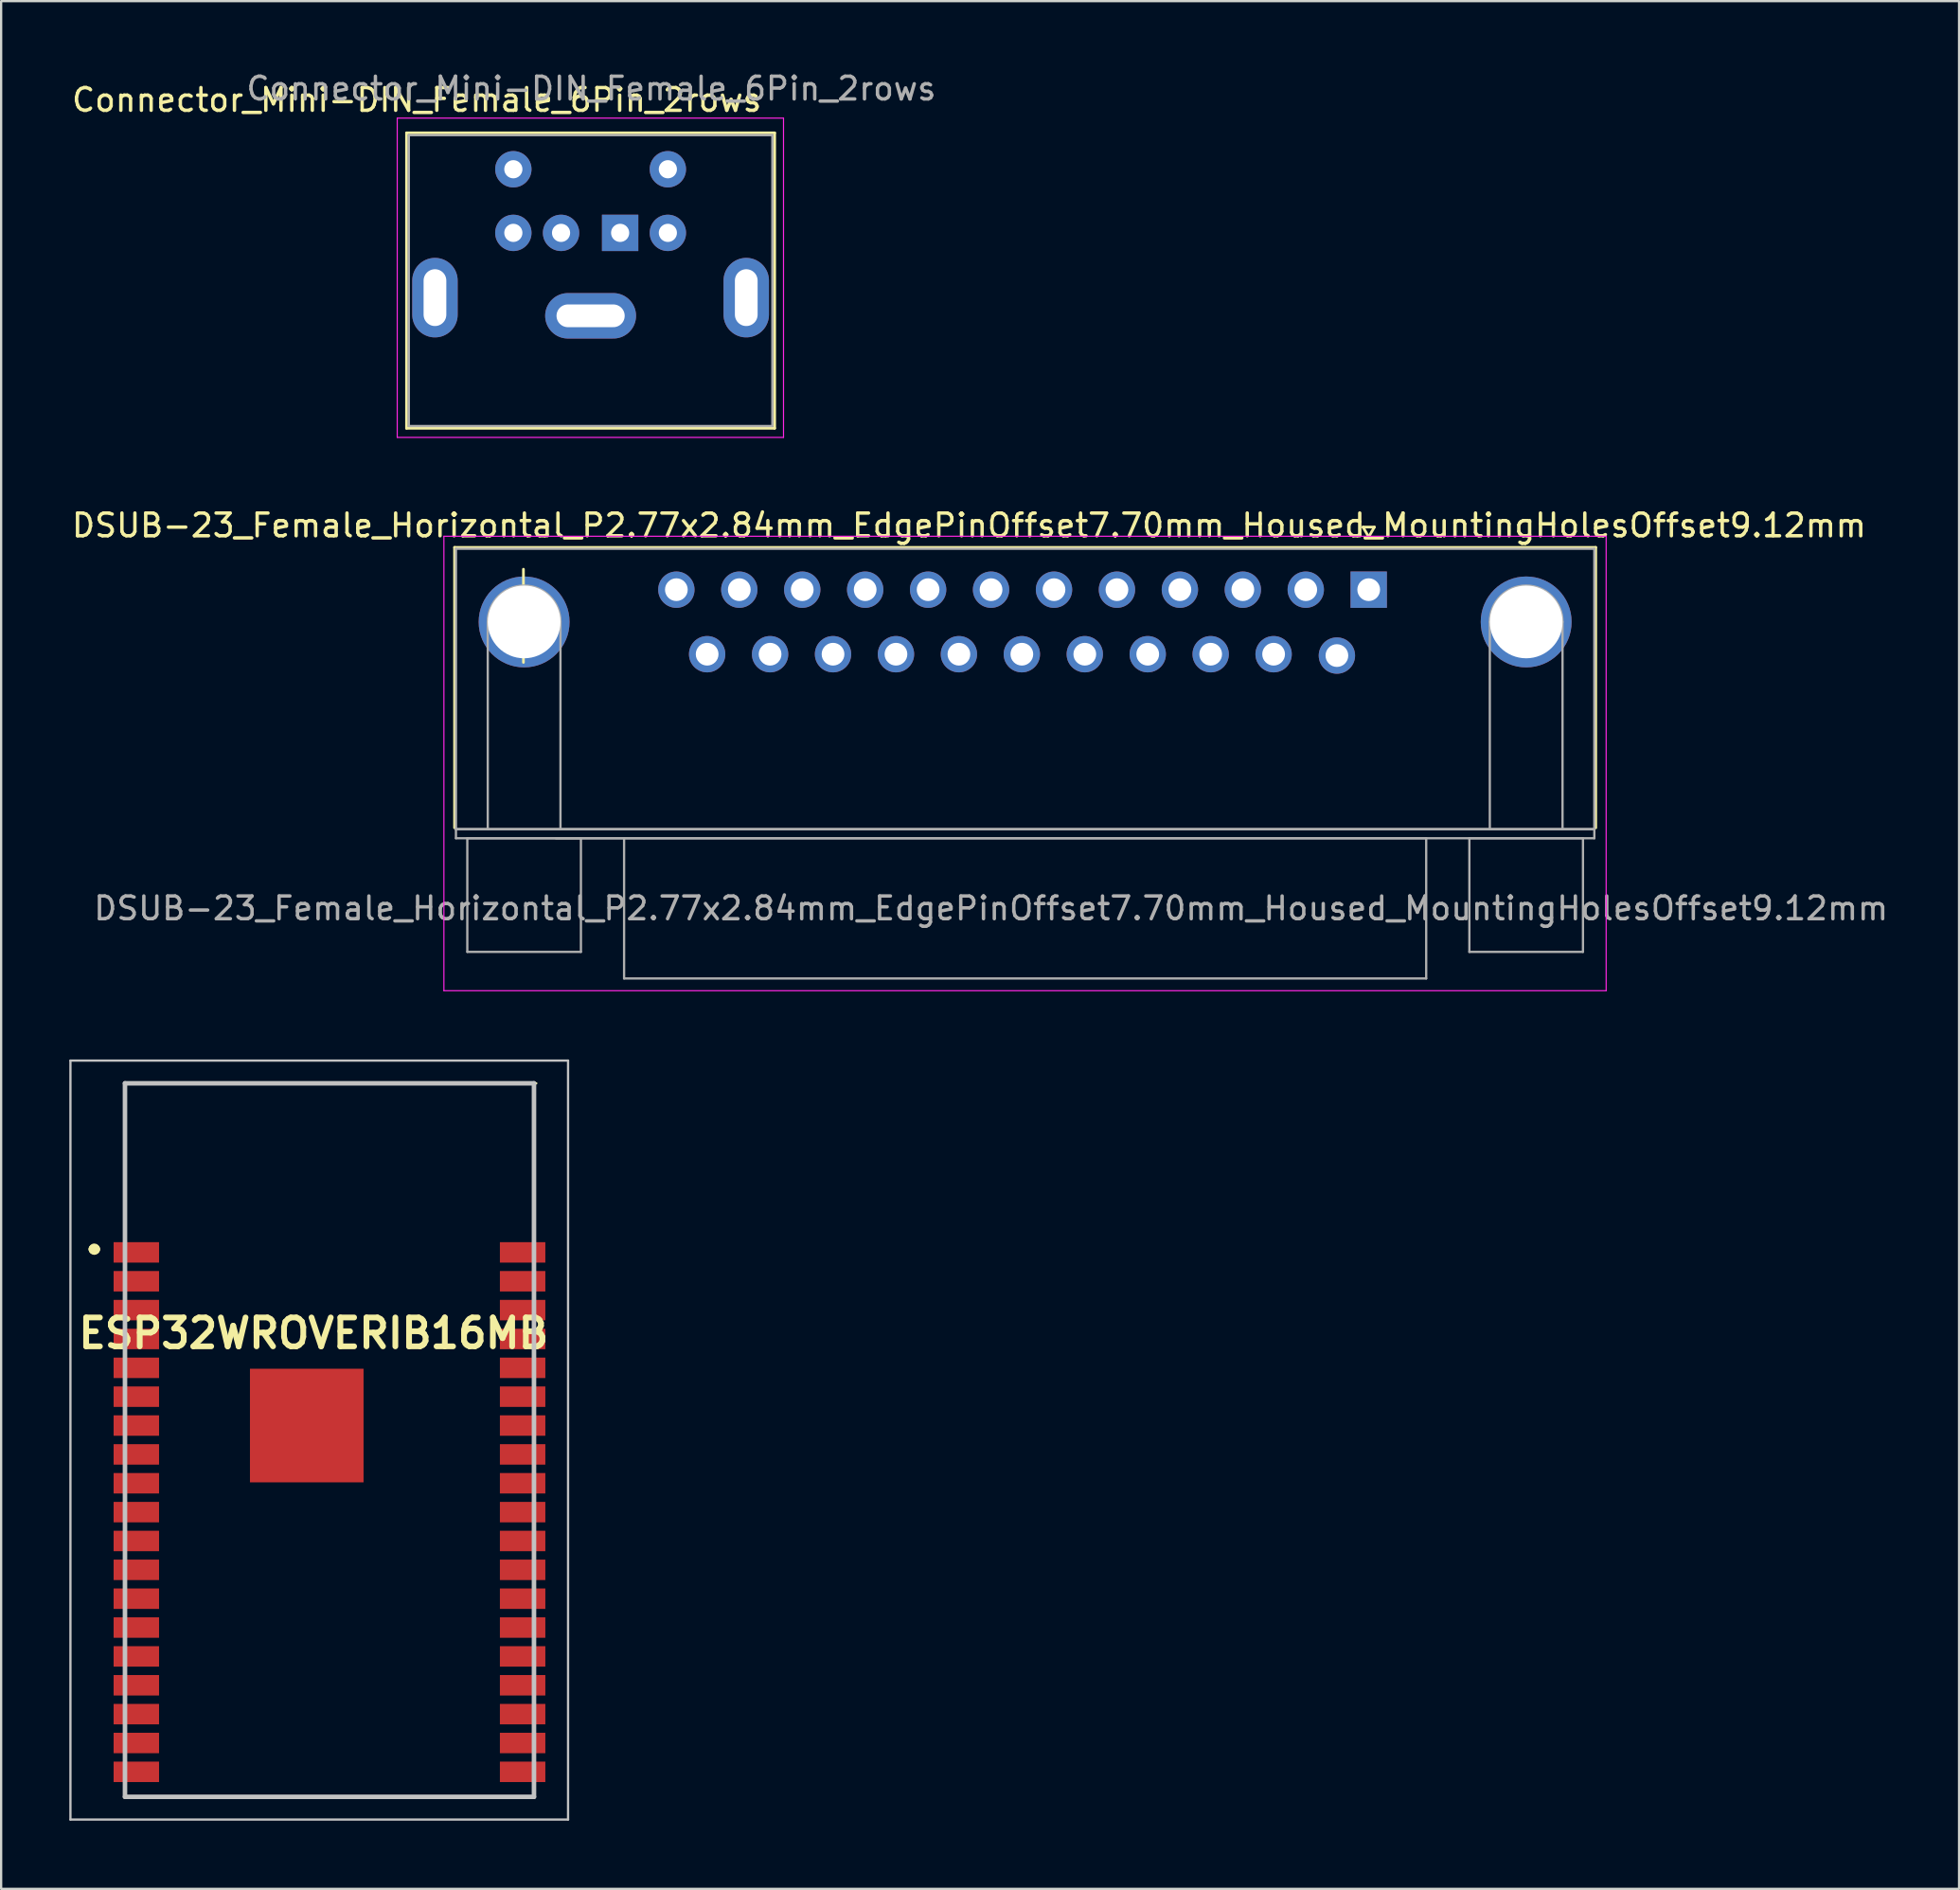
<source format=kicad_pcb>
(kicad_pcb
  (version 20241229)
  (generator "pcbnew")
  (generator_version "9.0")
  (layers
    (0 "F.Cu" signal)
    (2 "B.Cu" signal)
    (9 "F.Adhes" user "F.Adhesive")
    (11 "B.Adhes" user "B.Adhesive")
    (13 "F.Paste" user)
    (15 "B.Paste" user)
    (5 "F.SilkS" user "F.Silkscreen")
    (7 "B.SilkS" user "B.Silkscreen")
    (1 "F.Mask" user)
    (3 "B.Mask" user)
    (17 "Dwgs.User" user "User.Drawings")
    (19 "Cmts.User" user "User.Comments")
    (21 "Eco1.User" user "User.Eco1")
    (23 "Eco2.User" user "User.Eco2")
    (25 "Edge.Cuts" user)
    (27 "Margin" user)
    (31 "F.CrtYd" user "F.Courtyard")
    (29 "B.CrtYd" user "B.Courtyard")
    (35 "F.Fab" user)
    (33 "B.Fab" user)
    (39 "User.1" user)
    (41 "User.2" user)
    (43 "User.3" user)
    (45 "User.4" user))
  (footprint "DSUB-23_Female_Horizontal_P2.77x2.84mm_EdgePinOffset7.70mm_Housed_MountingHolesOffset9.12mm"
    (layer "F.Cu")
    (at 57.186 22.9)
    (property "Reference" "DSUB-23_Female_Horizontal_P2.77x2.84mm_EdgePinOffset7.70mm_Housed_MountingHolesOffset9.12mm" (at -17.585 -2.828 180) (layer "F.SilkS") (effects (font (size 1 1) (thickness 0.15))))
    (attr through_hole)
    (fp_line (start -40.23 -1.86) (end 9.99 -1.86) (stroke (width 0.12) (type solid)) (layer "F.SilkS"))
    (fp_line (start -40.23 10.48) (end -40.23 -1.86) (stroke (width 0.12) (type solid)) (layer "F.SilkS"))
    (fp_line (start -37.2 -0.9) (end -37.2 3.2) (stroke (width 0.12) (type solid)) (layer "F.SilkS"))
    (fp_line (start -0.25 -2.754) (end 0.25 -2.754) (stroke (width 0.12) (type solid)) (layer "F.SilkS"))
    (fp_line (start 0 -2.321) (end -0.25 -2.754) (stroke (width 0.12) (type solid)) (layer "F.SilkS"))
    (fp_line (start 0.25 -2.754) (end 0 -2.321) (stroke (width 0.12) (type solid)) (layer "F.SilkS"))
    (fp_line (start 9.99 -1.86) (end 9.99 10.48) (stroke (width 0.12) (type solid)) (layer "F.SilkS"))
    (fp_line (start -40.7 -2.35) (end -40.7 17.65) (stroke (width 0.05) (type solid)) (layer "F.CrtYd"))
    (fp_line (start -40.7 17.65) (end 10.45 17.65) (stroke (width 0.05) (type solid)) (layer "F.CrtYd"))
    (fp_line (start 10.45 -2.35) (end -40.7 -2.35) (stroke (width 0.05) (type solid)) (layer "F.CrtYd"))
    (fp_line (start 10.45 17.65) (end 10.45 -2.35) (stroke (width 0.05) (type solid)) (layer "F.CrtYd"))
    (fp_line (start -40.17 -1.8) (end -40.17 10.54) (stroke (width 0.1) (type solid)) (layer "F.Fab"))
    (fp_line (start -40.17 10.54) (end -40.17 10.94) (stroke (width 0.1) (type solid)) (layer "F.Fab"))
    (fp_line (start -40.17 10.54) (end 9.93 10.54) (stroke (width 0.1) (type solid)) (layer "F.Fab"))
    (fp_line (start -40.17 10.94) (end 9.93 10.94) (stroke (width 0.1) (type solid)) (layer "F.Fab"))
    (fp_line (start -39.67 10.94) (end -39.67 15.94) (stroke (width 0.1) (type solid)) (layer "F.Fab"))
    (fp_line (start -39.67 15.94) (end -34.67 15.94) (stroke (width 0.1) (type solid)) (layer "F.Fab"))
    (fp_line (start -38.77 10.54) (end -38.77 1.42) (stroke (width 0.1) (type solid)) (layer "F.Fab"))
    (fp_line (start -35.57 10.54) (end -35.57 1.42) (stroke (width 0.1) (type solid)) (layer "F.Fab"))
    (fp_line (start -34.67 10.94) (end -39.67 10.94) (stroke (width 0.1) (type solid)) (layer "F.Fab"))
    (fp_line (start -34.67 15.94) (end -34.67 10.94) (stroke (width 0.1) (type solid)) (layer "F.Fab"))
    (fp_line (start -32.77 10.94) (end -32.77 17.11) (stroke (width 0.1) (type solid)) (layer "F.Fab"))
    (fp_line (start -32.77 17.11) (end 2.53 17.11) (stroke (width 0.1) (type solid)) (layer "F.Fab"))
    (fp_line (start 2.53 10.94) (end -35.77 10.94) (stroke (width 0.1) (type solid)) (layer "F.Fab"))
    (fp_line (start 2.53 17.11) (end 2.53 10.94) (stroke (width 0.1) (type solid)) (layer "F.Fab"))
    (fp_line (start 4.43 10.94) (end 4.43 15.94) (stroke (width 0.1) (type solid)) (layer "F.Fab"))
    (fp_line (start 4.43 15.94) (end 9.43 15.94) (stroke (width 0.1) (type solid)) (layer "F.Fab"))
    (fp_line (start 5.33 10.54) (end 5.33 1.42) (stroke (width 0.1) (type solid)) (layer "F.Fab"))
    (fp_line (start 8.53 10.54) (end 8.53 1.42) (stroke (width 0.1) (type solid)) (layer "F.Fab"))
    (fp_line (start 9.43 10.94) (end 4.43 10.94) (stroke (width 0.1) (type solid)) (layer "F.Fab"))
    (fp_line (start 9.43 15.94) (end 9.43 10.94) (stroke (width 0.1) (type solid)) (layer "F.Fab"))
    (fp_line (start 9.93 -1.8) (end -40.17 -1.8) (stroke (width 0.1) (type solid)) (layer "F.Fab"))
    (fp_line (start 9.93 10.54) (end -40.17 10.54) (stroke (width 0.1) (type solid)) (layer "F.Fab"))
    (fp_line (start 9.93 10.54) (end 9.93 -1.8) (stroke (width 0.1) (type solid)) (layer "F.Fab"))
    (fp_line (start 9.93 10.94) (end 9.93 10.54) (stroke (width 0.1) (type solid)) (layer "F.Fab"))
    (fp_arc (start -38.77 1.42) (mid -37.17 -0.18) (end -35.57 1.42) (stroke (width 0.1) (type solid)) (layer "F.Fab"))
    (fp_arc (start 5.33 1.42) (mid 6.93 -0.18) (end 8.53 1.42) (stroke (width 0.1) (type solid)) (layer "F.Fab"))
    (fp_text user "${REFERENCE}" (at -16.62 14.025 180) (layer "F.Fab") (effects (font (size 1 1) (thickness 0.15))))
    (pad "0" thru_hole circle (at -37.17 1.42) (size 4 4) (drill 3.2) (layers "*.Cu" "*.Mask"))
    (pad "0" thru_hole circle (at 6.93 1.42) (size 4 4) (drill 3.2) (layers "*.Cu" "*.Mask"))
    (pad "1" thru_hole rect (at 0 0) (size 1.6 1.6) (drill 1) (layers "*.Cu" "*.Mask"))
    (pad "2" thru_hole circle (at -2.77 0) (size 1.6 1.6) (drill 1) (layers "*.Cu" "*.Mask"))
    (pad "3" thru_hole circle (at -5.54 0) (size 1.6 1.6) (drill 1) (layers "*.Cu" "*.Mask"))
    (pad "4" thru_hole circle (at -8.31 0) (size 1.6 1.6) (drill 1) (layers "*.Cu" "*.Mask"))
    (pad "5" thru_hole circle (at -11.08 0) (size 1.6 1.6) (drill 1) (layers "*.Cu" "*.Mask"))
    (pad "6" thru_hole circle (at -13.85 0) (size 1.6 1.6) (drill 1) (layers "*.Cu" "*.Mask"))
    (pad "7" thru_hole circle (at -16.62 0) (size 1.6 1.6) (drill 1) (layers "*.Cu" "*.Mask"))
    (pad "8" thru_hole circle (at -19.39 0) (size 1.6 1.6) (drill 1) (layers "*.Cu" "*.Mask"))
    (pad "9" thru_hole circle (at -22.16 0) (size 1.6 1.6) (drill 1) (layers "*.Cu" "*.Mask"))
    (pad "10" thru_hole circle (at -24.93 0) (size 1.6 1.6) (drill 1) (layers "*.Cu" "*.Mask"))
    (pad "11" thru_hole circle (at -27.7 0) (size 1.6 1.6) (drill 1) (layers "*.Cu" "*.Mask"))
    (pad "12" thru_hole circle (at -30.47 0) (size 1.6 1.6) (drill 1) (layers "*.Cu" "*.Mask"))
    (pad "13" thru_hole circle (at -1.4 2.9) (size 1.6 1.6) (drill 1) (layers "*.Cu" "*.Mask"))
    (pad "14" thru_hole circle (at -4.185 2.84) (size 1.6 1.6) (drill 1) (layers "*.Cu" "*.Mask"))
    (pad "15" thru_hole circle (at -6.955 2.84) (size 1.6 1.6) (drill 1) (layers "*.Cu" "*.Mask"))
    (pad "16" thru_hole circle (at -9.725 2.84) (size 1.6 1.6) (drill 1) (layers "*.Cu" "*.Mask"))
    (pad "17" thru_hole circle (at -12.495 2.84) (size 1.6 1.6) (drill 1) (layers "*.Cu" "*.Mask"))
    (pad "18" thru_hole circle (at -15.265 2.84) (size 1.6 1.6) (drill 1) (layers "*.Cu" "*.Mask"))
    (pad "19" thru_hole circle (at -18.035 2.84) (size 1.6 1.6) (drill 1) (layers "*.Cu" "*.Mask"))
    (pad "20" thru_hole circle (at -20.805 2.84) (size 1.6 1.6) (drill 1) (layers "*.Cu" "*.Mask"))
    (pad "21" thru_hole circle (at -23.575 2.84) (size 1.6 1.6) (drill 1) (layers "*.Cu" "*.Mask"))
    (pad "22" thru_hole circle (at -26.345 2.84) (size 1.6 1.6) (drill 1) (layers "*.Cu" "*.Mask"))
    (pad "23" thru_hole circle (at -29.115 2.84) (size 1.6 1.6) (drill 1) (layers "*.Cu" "*.Mask")))
  (footprint "ESP32WROVERIB16MB"
    (layer "F.Cu")
    (at 10.8 60.325)
    (property "Reference" "ESP32WROVERIB16MB" (at -0.05 -4.7 0) (layer "F.SilkS") (effects (font (size 1.27 1.27) (thickness 0.254))))
    (attr smd)
    (fp_line (start -9.75 -8.4) (end -9.75 -8.4) (stroke (width 0.4) (type solid)) (layer "F.SilkS"))
    (fp_line (start -9.65 -8.4) (end -9.65 -8.4) (stroke (width 0.4) (type solid)) (layer "F.SilkS"))
    (fp_line (start -8.35 -15.7) (end 9.75 -15.7) (stroke (width 0.1) (type solid)) (layer "F.SilkS"))
    (fp_line (start -8.35 -9) (end -8.35 -15.7) (stroke (width 0.1) (type solid)) (layer "F.SilkS"))
    (fp_line (start -8.35 15.7) (end -8.35 15.2) (stroke (width 0.1) (type solid)) (layer "F.SilkS"))
    (fp_line (start 9.65 -15.7) (end 9.65 -9.2) (stroke (width 0.1) (type solid)) (layer "F.SilkS"))
    (fp_line (start 9.65 15.2) (end 9.65 15.7) (stroke (width 0.1) (type solid)) (layer "F.SilkS"))
    (fp_line (start 9.65 15.7) (end -8.35 15.7) (stroke (width 0.1) (type solid)) (layer "F.SilkS"))
    (fp_arc (start -9.75 -8.4) (mid -9.7 -8.45) (end -9.65 -8.4) (stroke (width 0.4) (type solid)) (layer "F.SilkS"))
    (fp_arc (start -9.65 -8.4) (mid -9.7 -8.35) (end -9.75 -8.4) (stroke (width 0.4) (type solid)) (layer "F.SilkS"))
    (fp_line (start -10.75 -16.7) (end 11.15 -16.7) (stroke (width 0.1) (type solid)) (layer "Dwgs.User"))
    (fp_line (start -10.75 16.7) (end -10.75 -16.7) (stroke (width 0.1) (type solid)) (layer "Dwgs.User"))
    (fp_line (start -8.35 -15.7) (end 9.65 -15.7) (stroke (width 0.2) (type solid)) (layer "Dwgs.User"))
    (fp_line (start -8.35 15.7) (end -8.35 -15.7) (stroke (width 0.2) (type solid)) (layer "Dwgs.User"))
    (fp_line (start 9.65 -15.7) (end 9.65 15.7) (stroke (width 0.2) (type solid)) (layer "Dwgs.User"))
    (fp_line (start 9.65 15.7) (end -8.35 15.7) (stroke (width 0.2) (type solid)) (layer "Dwgs.User"))
    (fp_line (start 11.15 -16.7) (end 11.15 16.7) (stroke (width 0.1) (type solid)) (layer "Dwgs.User"))
    (fp_line (start 11.15 16.7) (end -10.75 16.7) (stroke (width 0.1) (type solid)) (layer "Dwgs.User"))
    (pad "1" smd rect (at -7.85 -8.26 90) (size 0.9 2) (layers "F.Cu" "F.Mask" "F.Paste"))
    (pad "2" smd rect (at -7.85 -6.99 90) (size 0.9 2) (layers "F.Cu" "F.Mask" "F.Paste"))
    (pad "3" smd rect (at -7.85 -5.72 90) (size 0.9 2) (layers "F.Cu" "F.Mask" "F.Paste"))
    (pad "4" smd rect (at -7.85 -4.45 90) (size 0.9 2) (layers "F.Cu" "F.Mask" "F.Paste"))
    (pad "5" smd rect (at -7.85 -3.18 90) (size 0.9 2) (layers "F.Cu" "F.Mask" "F.Paste"))
    (pad "6" smd rect (at -7.85 -1.91 90) (size 0.9 2) (layers "F.Cu" "F.Mask" "F.Paste"))
    (pad "7" smd rect (at -7.85 -0.64 90) (size 0.9 2) (layers "F.Cu" "F.Mask" "F.Paste"))
    (pad "8" smd rect (at -7.85 0.63 90) (size 0.9 2) (layers "F.Cu" "F.Mask" "F.Paste"))
    (pad "9" smd rect (at -7.85 1.9 90) (size 0.9 2) (layers "F.Cu" "F.Mask" "F.Paste"))
    (pad "10" smd rect (at -7.85 3.17 90) (size 0.9 2) (layers "F.Cu" "F.Mask" "F.Paste"))
    (pad "11" smd rect (at -7.85 4.44 90) (size 0.9 2) (layers "F.Cu" "F.Mask" "F.Paste"))
    (pad "12" smd rect (at -7.85 5.71 90) (size 0.9 2) (layers "F.Cu" "F.Mask" "F.Paste"))
    (pad "13" smd rect (at -7.85 6.98 90) (size 0.9 2) (layers "F.Cu" "F.Mask" "F.Paste"))
    (pad "14" smd rect (at -7.85 8.25 90) (size 0.9 2) (layers "F.Cu" "F.Mask" "F.Paste"))
    (pad "15" smd rect (at -7.85 9.52 90) (size 0.9 2) (layers "F.Cu" "F.Mask" "F.Paste"))
    (pad "16" smd rect (at -7.85 10.79 90) (size 0.9 2) (layers "F.Cu" "F.Mask" "F.Paste"))
    (pad "17" smd rect (at -7.85 12.06 90) (size 0.9 2) (layers "F.Cu" "F.Mask" "F.Paste"))
    (pad "18" smd rect (at -7.85 13.33 90) (size 0.9 2) (layers "F.Cu" "F.Mask" "F.Paste"))
    (pad "19" smd rect (at -7.85 14.6 90) (size 0.9 2) (layers "F.Cu" "F.Mask" "F.Paste"))
    (pad "20" smd rect (at 9.15 14.6 90) (size 0.9 2) (layers "F.Cu" "F.Mask" "F.Paste"))
    (pad "21" smd rect (at 9.15 13.33 90) (size 0.9 2) (layers "F.Cu" "F.Mask" "F.Paste"))
    (pad "22" smd rect (at 9.15 12.06 90) (size 0.9 2) (layers "F.Cu" "F.Mask" "F.Paste"))
    (pad "23" smd rect (at 9.15 10.79 90) (size 0.9 2) (layers "F.Cu" "F.Mask" "F.Paste"))
    (pad "24" smd rect (at 9.15 9.52 90) (size 0.9 2) (layers "F.Cu" "F.Mask" "F.Paste"))
    (pad "25" smd rect (at 9.15 8.25 90) (size 0.9 2) (layers "F.Cu" "F.Mask" "F.Paste"))
    (pad "26" smd rect (at 9.15 6.98 90) (size 0.9 2) (layers "F.Cu" "F.Mask" "F.Paste"))
    (pad "27" smd rect (at 9.15 5.71 90) (size 0.9 2) (layers "F.Cu" "F.Mask" "F.Paste"))
    (pad "28" smd rect (at 9.15 4.44 90) (size 0.9 2) (layers "F.Cu" "F.Mask" "F.Paste"))
    (pad "29" smd rect (at 9.15 3.17 90) (size 0.9 2) (layers "F.Cu" "F.Mask" "F.Paste"))
    (pad "30" smd rect (at 9.15 1.9 90) (size 0.9 2) (layers "F.Cu" "F.Mask" "F.Paste"))
    (pad "31" smd rect (at 9.15 0.63 90) (size 0.9 2) (layers "F.Cu" "F.Mask" "F.Paste"))
    (pad "32" smd rect (at 9.15 -0.64 90) (size 0.9 2) (layers "F.Cu" "F.Mask" "F.Paste"))
    (pad "33" smd rect (at 9.15 -1.91 90) (size 0.9 2) (layers "F.Cu" "F.Mask" "F.Paste"))
    (pad "34" smd rect (at 9.15 -3.18 90) (size 0.9 2) (layers "F.Cu" "F.Mask" "F.Paste"))
    (pad "35" smd rect (at 9.15 -4.45 90) (size 0.9 2) (layers "F.Cu" "F.Mask" "F.Paste"))
    (pad "36" smd rect (at 9.15 -5.72 90) (size 0.9 2) (layers "F.Cu" "F.Mask" "F.Paste"))
    (pad "37" smd rect (at 9.15 -6.99 90) (size 0.9 2) (layers "F.Cu" "F.Mask" "F.Paste"))
    (pad "38" smd rect (at 9.15 -8.26 90) (size 0.9 2) (layers "F.Cu" "F.Mask" "F.Paste"))
    (pad "39" smd rect (at -0.35 -0.64 90) (size 5 5) (layers "F.Cu" "F.Mask" "F.Paste")))
  (footprint "Connector_Mini-DIN_Female_6Pin_2rows"
    (layer "F.Cu")
    (at 24.242 7.198)
    (property "Reference" "Connector_Mini-DIN_Female_6Pin_2rows" (at -8.95 -5.85 0) (layer "F.SilkS") (effects (font (size 1 1) (thickness 0.15))))
    (attr through_hole)
    (fp_line (start -9.4 -4.4) (end -9.4 8.6) (stroke (width 0.12) (type solid)) (layer "F.SilkS"))
    (fp_line (start -9.4 -4.4) (end 6.8 -4.4) (stroke (width 0.12) (type solid)) (layer "F.SilkS"))
    (fp_line (start -9.4 8.6) (end 6.8 8.6) (stroke (width 0.12) (type solid)) (layer "F.SilkS"))
    (fp_line (start 6.8 -4.4) (end 6.8 8.6) (stroke (width 0.12) (type solid)) (layer "F.SilkS"))
    (fp_line (start -9.81 -5.05) (end -9.81 9) (stroke (width 0.05) (type solid)) (layer "F.CrtYd"))
    (fp_line (start -9.81 -5.05) (end 7.19 -5.05) (stroke (width 0.05) (type solid)) (layer "F.CrtYd"))
    (fp_line (start 7.19 9) (end -9.81 9) (stroke (width 0.05) (type solid)) (layer "F.CrtYd"))
    (fp_line (start 7.19 9) (end 7.19 -5.05) (stroke (width 0.05) (type solid)) (layer "F.CrtYd"))
    (fp_line (start -9.3 -4.3) (end 6.7 -4.3) (stroke (width 0.1) (type solid)) (layer "F.Fab"))
    (fp_line (start -9.3 8.5) (end -9.3 -4.3) (stroke (width 0.1) (type solid)) (layer "F.Fab"))
    (fp_line (start 6.7 -4.3) (end 6.7 8.5) (stroke (width 0.1) (type solid)) (layer "F.Fab"))
    (fp_line (start 6.7 8.5) (end -9.3 8.5) (stroke (width 0.1) (type solid)) (layer "F.Fab"))
    (fp_text user "${REFERENCE}" (at -1.27 -6.35 0) (layer "F.Fab") (effects (font (size 1 1) (thickness 0.15))))
    (pad "1" thru_hole rect (at 0 0) (size 1.6 1.6) (drill 0.8) (layers "*.Cu" "*.Mask"))
    (pad "2" thru_hole circle (at -2.6 0) (size 1.6 1.6) (drill 0.8) (layers "*.Cu" "*.Mask"))
    (pad "3" thru_hole circle (at 2.1 0) (size 1.6 1.6) (drill 0.8) (layers "*.Cu" "*.Mask"))
    (pad "4" thru_hole circle (at -4.7 0) (size 1.6 1.6) (drill 0.8) (layers "*.Cu" "*.Mask"))
    (pad "5" thru_hole circle (at 2.1 -2.8) (size 1.6 1.6) (drill 0.8) (layers "*.Cu" "*.Mask"))
    (pad "6" thru_hole circle (at -4.7 -2.8) (size 1.6 1.6) (drill 0.8) (layers "*.Cu" "*.Mask"))
    (pad "7" thru_hole oval (at -8.15 2.85) (size 2 3.5) (drill oval 1 2.5) (layers "*.Cu" "*.Mask"))
    (pad "7" thru_hole oval (at -1.3 3.65) (size 4 2) (drill oval 3 1) (layers "*.Cu" "*.Mask"))
    (pad "7" thru_hole oval (at 5.55 2.85) (size 2 3.5) (drill oval 1 2.5) (layers "*.Cu" "*.Mask")))
  (gr_rect
    (start -3 -3)
    (end 83.167 80.075)
    (stroke (width 0.1) (type default))
    (fill no)
    (layer "Edge.Cuts")))
</source>
